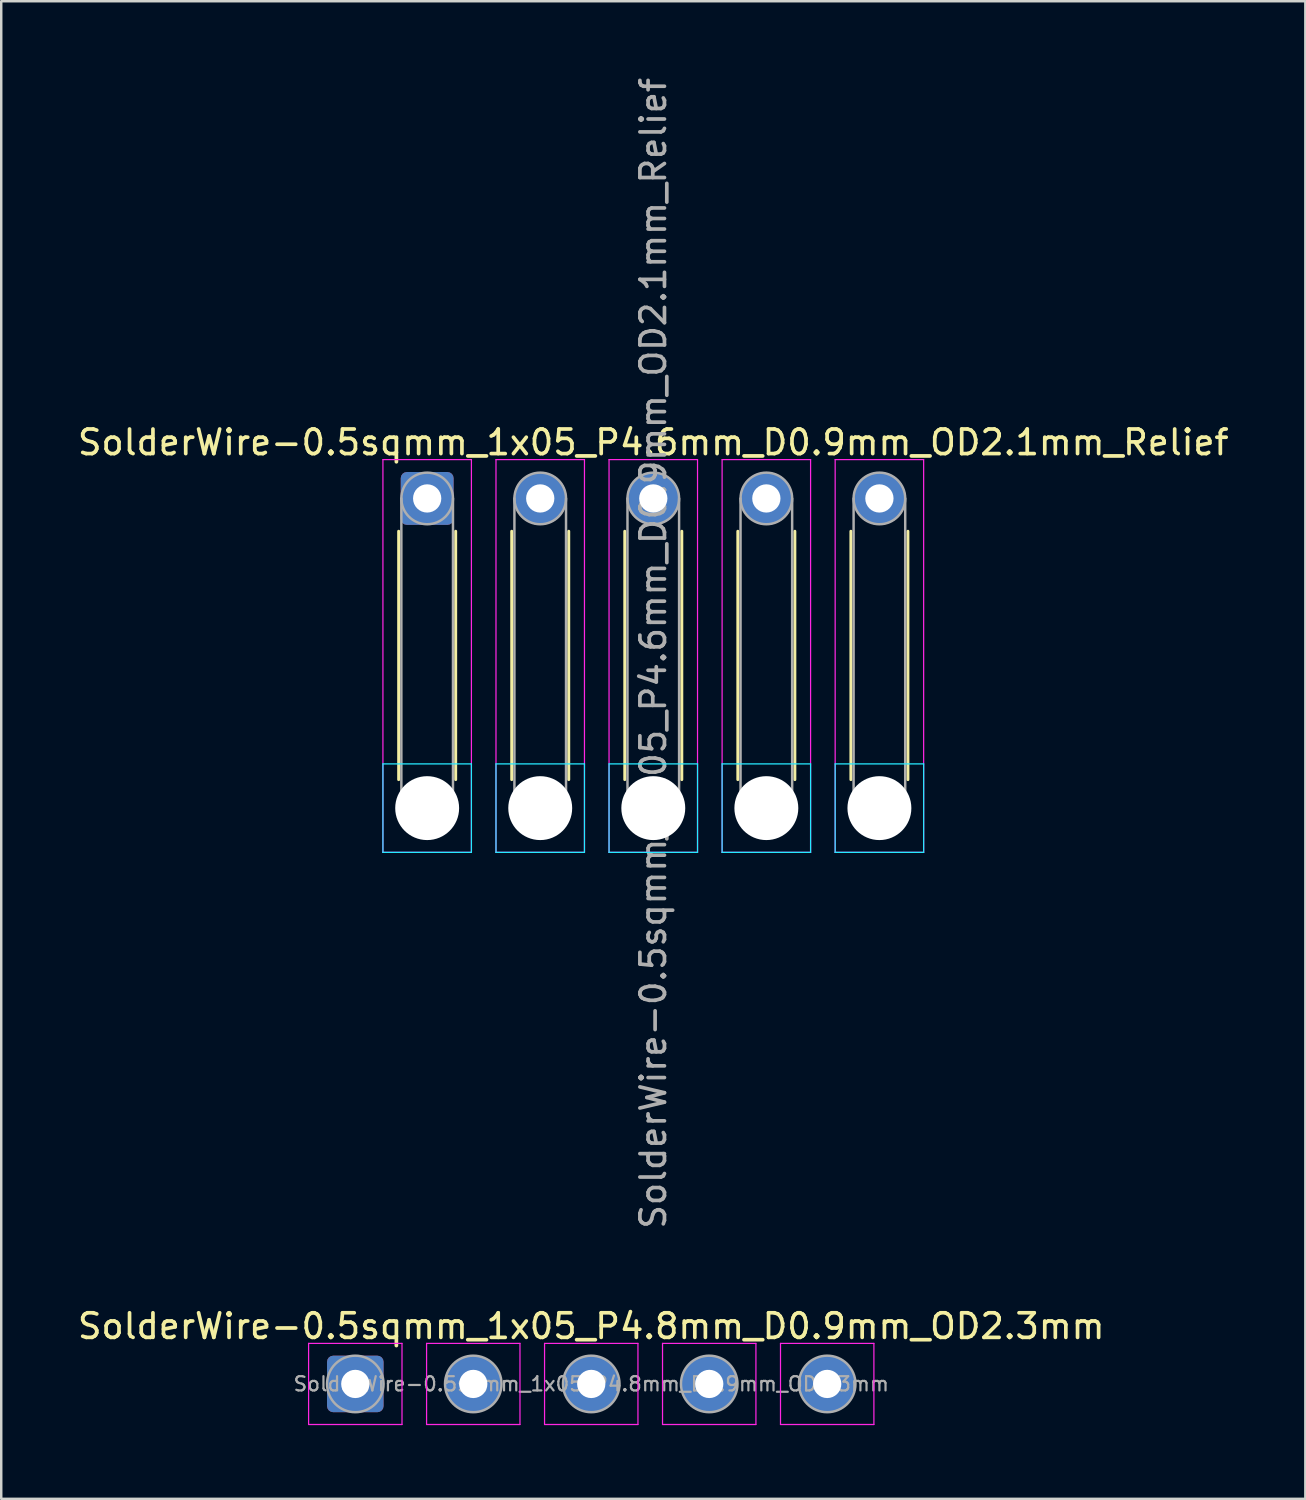
<source format=kicad_pcb>
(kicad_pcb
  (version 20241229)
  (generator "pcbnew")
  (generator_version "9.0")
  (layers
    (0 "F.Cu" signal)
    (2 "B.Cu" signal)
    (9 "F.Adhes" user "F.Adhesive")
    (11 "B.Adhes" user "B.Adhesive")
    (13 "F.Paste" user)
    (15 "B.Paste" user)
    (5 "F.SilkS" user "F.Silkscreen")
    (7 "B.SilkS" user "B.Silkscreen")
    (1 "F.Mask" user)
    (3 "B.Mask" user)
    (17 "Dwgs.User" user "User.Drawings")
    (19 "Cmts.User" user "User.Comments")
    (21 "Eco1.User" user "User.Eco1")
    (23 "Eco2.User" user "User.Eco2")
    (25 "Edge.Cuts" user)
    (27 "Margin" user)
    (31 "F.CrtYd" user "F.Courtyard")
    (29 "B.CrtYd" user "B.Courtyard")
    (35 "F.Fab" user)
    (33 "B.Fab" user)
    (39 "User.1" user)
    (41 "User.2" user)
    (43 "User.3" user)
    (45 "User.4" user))
  (footprint "SolderWire-0.5sqmm_1x05_P4.8mm_D0.9mm_OD2.3mm"
    (layer "F.Cu")
    (at 11.406 53.258)
    (property "Reference" "SolderWire-0.5sqmm_1x05_P4.8mm_D0.9mm_OD2.3mm" (at 9.6 -2.35 0) (layer "F.SilkS") (effects (font (size 1 1) (thickness 0.15))))
    (attr exclude_from_pos_files exclude_from_bom)
    (fp_line (start -1.9 -1.65) (end -1.9 1.65) (stroke (width 0.05) (type solid)) (layer "F.CrtYd"))
    (fp_line (start -1.9 1.65) (end 1.9 1.65) (stroke (width 0.05) (type solid)) (layer "F.CrtYd"))
    (fp_line (start 1.9 -1.65) (end -1.9 -1.65) (stroke (width 0.05) (type solid)) (layer "F.CrtYd"))
    (fp_line (start 1.9 1.65) (end 1.9 -1.65) (stroke (width 0.05) (type solid)) (layer "F.CrtYd"))
    (fp_line (start 2.9 -1.65) (end 2.9 1.65) (stroke (width 0.05) (type solid)) (layer "F.CrtYd"))
    (fp_line (start 2.9 1.65) (end 6.7 1.65) (stroke (width 0.05) (type solid)) (layer "F.CrtYd"))
    (fp_line (start 6.7 -1.65) (end 2.9 -1.65) (stroke (width 0.05) (type solid)) (layer "F.CrtYd"))
    (fp_line (start 6.7 1.65) (end 6.7 -1.65) (stroke (width 0.05) (type solid)) (layer "F.CrtYd"))
    (fp_line (start 7.7 -1.65) (end 7.7 1.65) (stroke (width 0.05) (type solid)) (layer "F.CrtYd"))
    (fp_line (start 7.7 1.65) (end 11.5 1.65) (stroke (width 0.05) (type solid)) (layer "F.CrtYd"))
    (fp_line (start 11.5 -1.65) (end 7.7 -1.65) (stroke (width 0.05) (type solid)) (layer "F.CrtYd"))
    (fp_line (start 11.5 1.65) (end 11.5 -1.65) (stroke (width 0.05) (type solid)) (layer "F.CrtYd"))
    (fp_line (start 12.5 -1.65) (end 12.5 1.65) (stroke (width 0.05) (type solid)) (layer "F.CrtYd"))
    (fp_line (start 12.5 1.65) (end 16.3 1.65) (stroke (width 0.05) (type solid)) (layer "F.CrtYd"))
    (fp_line (start 16.3 -1.65) (end 12.5 -1.65) (stroke (width 0.05) (type solid)) (layer "F.CrtYd"))
    (fp_line (start 16.3 1.65) (end 16.3 -1.65) (stroke (width 0.05) (type solid)) (layer "F.CrtYd"))
    (fp_line (start 17.3 -1.65) (end 17.3 1.65) (stroke (width 0.05) (type solid)) (layer "F.CrtYd"))
    (fp_line (start 17.3 1.65) (end 21.1 1.65) (stroke (width 0.05) (type solid)) (layer "F.CrtYd"))
    (fp_line (start 21.1 -1.65) (end 17.3 -1.65) (stroke (width 0.05) (type solid)) (layer "F.CrtYd"))
    (fp_line (start 21.1 1.65) (end 21.1 -1.65) (stroke (width 0.05) (type solid)) (layer "F.CrtYd"))
    (fp_circle (center 0 0) (end 1.15 0) (stroke (width 0.1) (type solid)) (fill no) (layer "F.Fab"))
    (fp_circle (center 4.8 0) (end 5.95 0) (stroke (width 0.1) (type solid)) (fill no) (layer "F.Fab"))
    (fp_circle (center 9.6 0) (end 10.75 0) (stroke (width 0.1) (type solid)) (fill no) (layer "F.Fab"))
    (fp_circle (center 14.4 0) (end 15.55 0) (stroke (width 0.1) (type solid)) (fill no) (layer "F.Fab"))
    (fp_circle (center 19.2 0) (end 20.35 0) (stroke (width 0.1) (type solid)) (fill no) (layer "F.Fab"))
    (fp_text user "${REFERENCE}" (at 9.6 0 0) (layer "F.Fab") (effects (font (size 0.58 0.58) (thickness 0.09))))
    (pad "1" thru_hole roundrect (at 0 0) (size 2.3 2.3) (drill 1.15) (layers "*.Cu" "*.Mask") (roundrect_rratio 0.109))
    (pad "2" thru_hole circle (at 4.8 0) (size 2.3 2.3) (drill 1.15) (layers "*.Cu" "*.Mask"))
    (pad "3" thru_hole circle (at 9.6 0) (size 2.3 2.3) (drill 1.15) (layers "*.Cu" "*.Mask"))
    (pad "4" thru_hole circle (at 14.4 0) (size 2.3 2.3) (drill 1.15) (layers "*.Cu" "*.Mask"))
    (pad "5" thru_hole circle (at 19.2 0) (size 2.3 2.3) (drill 1.15) (layers "*.Cu" "*.Mask")))
  (footprint "SolderWire-0.5sqmm_1x05_P4.6mm_D0.9mm_OD2.1mm_Relief"
    (layer "F.Cu")
    (at 14.33 17.23)
    (property "Reference" "SolderWire-0.5sqmm_1x05_P4.6mm_D0.9mm_OD2.1mm_Relief" (at 9.2 -2.28 0) (layer "F.SilkS") (effects (font (size 1 1) (thickness 0.15))))
    (attr exclude_from_pos_files exclude_from_bom)
    (fp_line (start -1.16 1.335) (end -1.16 11.44) (stroke (width 0.12) (type solid)) (layer "F.SilkS"))
    (fp_line (start 1.16 1.335) (end 1.16 11.44) (stroke (width 0.12) (type solid)) (layer "F.SilkS"))
    (fp_line (start 3.44 1.335) (end 3.44 11.44) (stroke (width 0.12) (type solid)) (layer "F.SilkS"))
    (fp_line (start 5.76 1.335) (end 5.76 11.44) (stroke (width 0.12) (type solid)) (layer "F.SilkS"))
    (fp_line (start 8.04 1.335) (end 8.04 11.44) (stroke (width 0.12) (type solid)) (layer "F.SilkS"))
    (fp_line (start 10.36 1.335) (end 10.36 11.44) (stroke (width 0.12) (type solid)) (layer "F.SilkS"))
    (fp_line (start 12.64 1.335) (end 12.64 11.44) (stroke (width 0.12) (type solid)) (layer "F.SilkS"))
    (fp_line (start 14.96 1.335) (end 14.96 11.44) (stroke (width 0.12) (type solid)) (layer "F.SilkS"))
    (fp_line (start 17.24 1.335) (end 17.24 11.44) (stroke (width 0.12) (type solid)) (layer "F.SilkS"))
    (fp_line (start 19.56 1.335) (end 19.56 11.44) (stroke (width 0.12) (type solid)) (layer "F.SilkS"))
    (fp_line (start -1.8 10.8) (end -1.8 14.4) (stroke (width 0.05) (type solid)) (layer "B.CrtYd"))
    (fp_line (start -1.8 14.4) (end 1.8 14.4) (stroke (width 0.05) (type solid)) (layer "B.CrtYd"))
    (fp_line (start 1.8 10.8) (end -1.8 10.8) (stroke (width 0.05) (type solid)) (layer "B.CrtYd"))
    (fp_line (start 1.8 14.4) (end 1.8 10.8) (stroke (width 0.05) (type solid)) (layer "B.CrtYd"))
    (fp_line (start 2.8 10.8) (end 2.8 14.4) (stroke (width 0.05) (type solid)) (layer "B.CrtYd"))
    (fp_line (start 2.8 14.4) (end 6.4 14.4) (stroke (width 0.05) (type solid)) (layer "B.CrtYd"))
    (fp_line (start 6.4 10.8) (end 2.8 10.8) (stroke (width 0.05) (type solid)) (layer "B.CrtYd"))
    (fp_line (start 6.4 14.4) (end 6.4 10.8) (stroke (width 0.05) (type solid)) (layer "B.CrtYd"))
    (fp_line (start 7.4 10.8) (end 7.4 14.4) (stroke (width 0.05) (type solid)) (layer "B.CrtYd"))
    (fp_line (start 7.4 14.4) (end 11 14.4) (stroke (width 0.05) (type solid)) (layer "B.CrtYd"))
    (fp_line (start 11 10.8) (end 7.4 10.8) (stroke (width 0.05) (type solid)) (layer "B.CrtYd"))
    (fp_line (start 11 14.4) (end 11 10.8) (stroke (width 0.05) (type solid)) (layer "B.CrtYd"))
    (fp_line (start 12 10.8) (end 12 14.4) (stroke (width 0.05) (type solid)) (layer "B.CrtYd"))
    (fp_line (start 12 14.4) (end 15.6 14.4) (stroke (width 0.05) (type solid)) (layer "B.CrtYd"))
    (fp_line (start 15.6 10.8) (end 12 10.8) (stroke (width 0.05) (type solid)) (layer "B.CrtYd"))
    (fp_line (start 15.6 14.4) (end 15.6 10.8) (stroke (width 0.05) (type solid)) (layer "B.CrtYd"))
    (fp_line (start 16.6 10.8) (end 16.6 14.4) (stroke (width 0.05) (type solid)) (layer "B.CrtYd"))
    (fp_line (start 16.6 14.4) (end 20.2 14.4) (stroke (width 0.05) (type solid)) (layer "B.CrtYd"))
    (fp_line (start 20.2 10.8) (end 16.6 10.8) (stroke (width 0.05) (type solid)) (layer "B.CrtYd"))
    (fp_line (start 20.2 14.4) (end 20.2 10.8) (stroke (width 0.05) (type solid)) (layer "B.CrtYd"))
    (fp_line (start -1.8 -1.58) (end -1.8 14.4) (stroke (width 0.05) (type solid)) (layer "F.CrtYd"))
    (fp_line (start -1.8 14.4) (end 1.8 14.4) (stroke (width 0.05) (type solid)) (layer "F.CrtYd"))
    (fp_line (start 1.8 -1.58) (end -1.8 -1.58) (stroke (width 0.05) (type solid)) (layer "F.CrtYd"))
    (fp_line (start 1.8 14.4) (end 1.8 -1.58) (stroke (width 0.05) (type solid)) (layer "F.CrtYd"))
    (fp_line (start 2.8 -1.58) (end 2.8 14.4) (stroke (width 0.05) (type solid)) (layer "F.CrtYd"))
    (fp_line (start 2.8 14.4) (end 6.4 14.4) (stroke (width 0.05) (type solid)) (layer "F.CrtYd"))
    (fp_line (start 6.4 -1.58) (end 2.8 -1.58) (stroke (width 0.05) (type solid)) (layer "F.CrtYd"))
    (fp_line (start 6.4 14.4) (end 6.4 -1.58) (stroke (width 0.05) (type solid)) (layer "F.CrtYd"))
    (fp_line (start 7.4 -1.58) (end 7.4 14.4) (stroke (width 0.05) (type solid)) (layer "F.CrtYd"))
    (fp_line (start 7.4 14.4) (end 11 14.4) (stroke (width 0.05) (type solid)) (layer "F.CrtYd"))
    (fp_line (start 11 -1.58) (end 7.4 -1.58) (stroke (width 0.05) (type solid)) (layer "F.CrtYd"))
    (fp_line (start 11 14.4) (end 11 -1.58) (stroke (width 0.05) (type solid)) (layer "F.CrtYd"))
    (fp_line (start 12 -1.58) (end 12 14.4) (stroke (width 0.05) (type solid)) (layer "F.CrtYd"))
    (fp_line (start 12 14.4) (end 15.6 14.4) (stroke (width 0.05) (type solid)) (layer "F.CrtYd"))
    (fp_line (start 15.6 -1.58) (end 12 -1.58) (stroke (width 0.05) (type solid)) (layer "F.CrtYd"))
    (fp_line (start 15.6 14.4) (end 15.6 -1.58) (stroke (width 0.05) (type solid)) (layer "F.CrtYd"))
    (fp_line (start 16.6 -1.58) (end 16.6 14.4) (stroke (width 0.05) (type solid)) (layer "F.CrtYd"))
    (fp_line (start 16.6 14.4) (end 20.2 14.4) (stroke (width 0.05) (type solid)) (layer "F.CrtYd"))
    (fp_line (start 20.2 -1.58) (end 16.6 -1.58) (stroke (width 0.05) (type solid)) (layer "F.CrtYd"))
    (fp_line (start 20.2 14.4) (end 20.2 -1.58) (stroke (width 0.05) (type solid)) (layer "F.CrtYd"))
    (fp_line (start -1.05 0) (end -1.05 12.6) (stroke (width 0.1) (type solid)) (layer "F.Fab"))
    (fp_line (start 1.05 0) (end 1.05 12.6) (stroke (width 0.1) (type solid)) (layer "F.Fab"))
    (fp_line (start 3.55 0) (end 3.55 12.6) (stroke (width 0.1) (type solid)) (layer "F.Fab"))
    (fp_line (start 5.65 0) (end 5.65 12.6) (stroke (width 0.1) (type solid)) (layer "F.Fab"))
    (fp_line (start 8.15 0) (end 8.15 12.6) (stroke (width 0.1) (type solid)) (layer "F.Fab"))
    (fp_line (start 10.25 0) (end 10.25 12.6) (stroke (width 0.1) (type solid)) (layer "F.Fab"))
    (fp_line (start 12.75 0) (end 12.75 12.6) (stroke (width 0.1) (type solid)) (layer "F.Fab"))
    (fp_line (start 14.85 0) (end 14.85 12.6) (stroke (width 0.1) (type solid)) (layer "F.Fab"))
    (fp_line (start 17.35 0) (end 17.35 12.6) (stroke (width 0.1) (type solid)) (layer "F.Fab"))
    (fp_line (start 19.45 0) (end 19.45 12.6) (stroke (width 0.1) (type solid)) (layer "F.Fab"))
    (fp_circle (center 0 0) (end 1.05 0) (stroke (width 0.1) (type solid)) (fill no) (layer "F.Fab"))
    (fp_circle (center 0 12.6) (end 1.05 12.6) (stroke (width 0.1) (type solid)) (fill no) (layer "F.Fab"))
    (fp_circle (center 4.6 0) (end 5.65 0) (stroke (width 0.1) (type solid)) (fill no) (layer "F.Fab"))
    (fp_circle (center 4.6 12.6) (end 5.65 12.6) (stroke (width 0.1) (type solid)) (fill no) (layer "F.Fab"))
    (fp_circle (center 9.2 0) (end 10.25 0) (stroke (width 0.1) (type solid)) (fill no) (layer "F.Fab"))
    (fp_circle (center 9.2 12.6) (end 10.25 12.6) (stroke (width 0.1) (type solid)) (fill no) (layer "F.Fab"))
    (fp_circle (center 13.8 0) (end 14.85 0) (stroke (width 0.1) (type solid)) (fill no) (layer "F.Fab"))
    (fp_circle (center 13.8 12.6) (end 14.85 12.6) (stroke (width 0.1) (type solid)) (fill no) (layer "F.Fab"))
    (fp_circle (center 18.4 0) (end 19.45 0) (stroke (width 0.1) (type solid)) (fill no) (layer "F.Fab"))
    (fp_circle (center 18.4 12.6) (end 19.45 12.6) (stroke (width 0.1) (type solid)) (fill no) (layer "F.Fab"))
    (fp_text user "${REFERENCE}" (at 9.2 6.3 90) (layer "F.Fab") (effects (font (size 1 1) (thickness 0.15))))
    (pad "" np_thru_hole circle (at 0 12.6) (size 2.6 2.6) (drill 2.6) (layers "*.Cu" "*.Mask"))
    (pad "" np_thru_hole circle (at 4.6 12.6) (size 2.6 2.6) (drill 2.6) (layers "*.Cu" "*.Mask"))
    (pad "" np_thru_hole circle (at 9.2 12.6) (size 2.6 2.6) (drill 2.6) (layers "*.Cu" "*.Mask"))
    (pad "" np_thru_hole circle (at 13.8 12.6) (size 2.6 2.6) (drill 2.6) (layers "*.Cu" "*.Mask"))
    (pad "" np_thru_hole circle (at 18.4 12.6) (size 2.6 2.6) (drill 2.6) (layers "*.Cu" "*.Mask"))
    (pad "1" thru_hole roundrect (at 0 0) (size 2.15 2.15) (drill 1.15) (layers "*.Cu" "*.Mask") (roundrect_rratio 0.116))
    (pad "2" thru_hole circle (at 4.6 0) (size 2.15 2.15) (drill 1.15) (layers "*.Cu" "*.Mask"))
    (pad "3" thru_hole circle (at 9.2 0) (size 2.15 2.15) (drill 1.15) (layers "*.Cu" "*.Mask"))
    (pad "4" thru_hole circle (at 13.8 0) (size 2.15 2.15) (drill 1.15) (layers "*.Cu" "*.Mask"))
    (pad "5" thru_hole circle (at 18.4 0) (size 2.15 2.15) (drill 1.15) (layers "*.Cu" "*.Mask")))
  (gr_rect
    (start -3 -3)
    (end 50.06 57.933)
    (stroke (width 0.1) (type default))
    (fill no)
    (layer "Edge.Cuts")))
</source>
